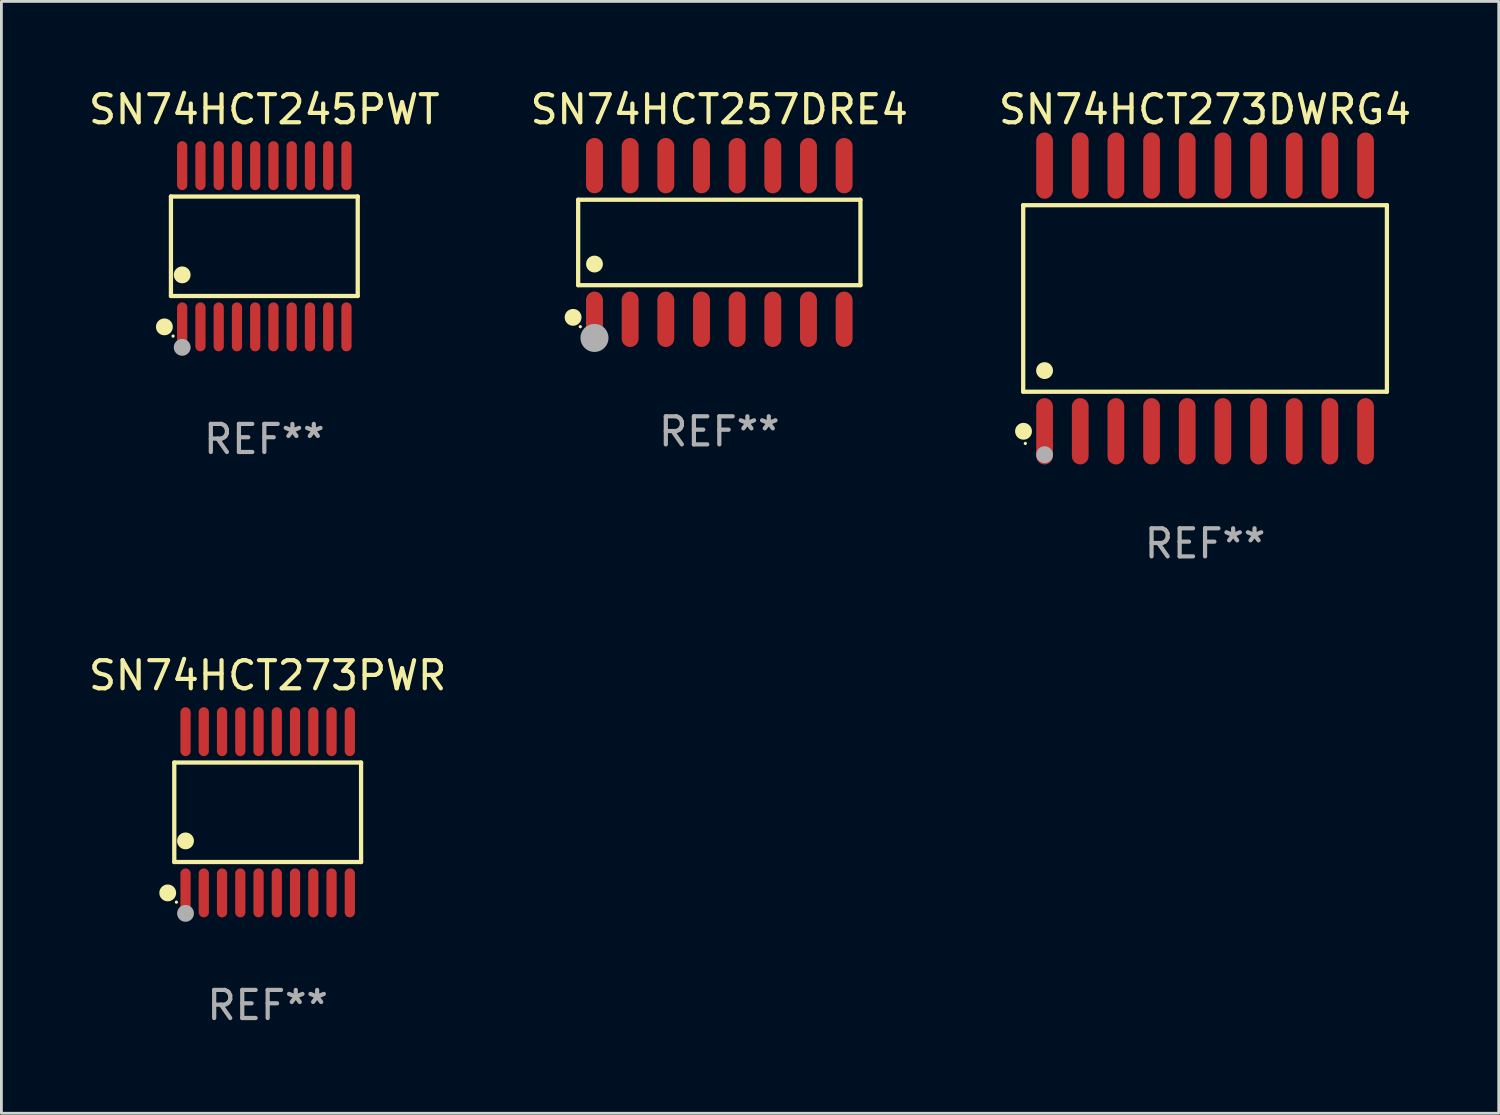
<source format=kicad_pcb>
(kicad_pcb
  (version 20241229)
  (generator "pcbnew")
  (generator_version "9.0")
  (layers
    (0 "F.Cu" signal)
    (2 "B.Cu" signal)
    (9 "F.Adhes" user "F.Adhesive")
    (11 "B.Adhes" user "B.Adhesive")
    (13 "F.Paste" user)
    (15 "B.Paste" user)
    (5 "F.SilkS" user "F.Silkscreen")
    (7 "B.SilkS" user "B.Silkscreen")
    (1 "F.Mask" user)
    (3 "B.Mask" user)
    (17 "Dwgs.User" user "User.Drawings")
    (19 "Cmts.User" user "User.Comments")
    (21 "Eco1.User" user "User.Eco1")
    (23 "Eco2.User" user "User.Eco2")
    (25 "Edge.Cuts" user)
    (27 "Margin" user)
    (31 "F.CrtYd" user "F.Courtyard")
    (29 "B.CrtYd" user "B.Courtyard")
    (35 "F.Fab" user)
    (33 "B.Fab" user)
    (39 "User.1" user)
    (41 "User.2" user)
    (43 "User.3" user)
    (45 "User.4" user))
  (footprint "SN74HCT273PWR"
    (layer "F.Cu")
    (at 6.482 25.876)
    (property "Reference" "SN74HCT273PWR" (at 0 -4.871 0) (layer "F.SilkS") (effects (font (size 1 1) (thickness 0.15))))
    (attr through_hole)
    (fp_line (start -3.326 -1.771) (end 3.326 -1.771) (stroke (width 0.152) (type solid)) (layer "F.SilkS"))
    (fp_line (start -3.326 1.771) (end -3.326 -1.771) (stroke (width 0.152) (type solid)) (layer "F.SilkS"))
    (fp_line (start 3.326 -1.771) (end 3.326 1.771) (stroke (width 0.152) (type solid)) (layer "F.SilkS"))
    (fp_line (start 3.326 1.771) (end -3.326 1.771) (stroke (width 0.152) (type solid)) (layer "F.SilkS"))
    (fp_circle (center -3.559 2.871) (end -3.409 2.871) (stroke (width 0.3) (type solid)) (fill no) (layer "F.SilkS"))
    (fp_circle (center -3.25 3.2) (end -3.22 3.2) (stroke (width 0.06) (type solid)) (fill no) (layer "F.SilkS"))
    (fp_circle (center -2.925 1.019) (end -2.775 1.019) (stroke (width 0.3) (type solid)) (fill no) (layer "F.SilkS"))
    (fp_circle (center -2.925 3.6) (end -2.775 3.6) (stroke (width 0.3) (type solid)) (fill no) (layer "F.Fab"))
    (fp_text user "REF**" (at 0 6.871 0) (layer "F.Fab") (effects (font (size 1 1) (thickness 0.15))))
    (pad "1" smd oval (at -2.925 2.871) (size 0.364 1.742) (layers "F.Cu" "F.Mask" "F.Paste"))
    (pad "2" smd oval (at -2.275 2.871) (size 0.364 1.742) (layers "F.Cu" "F.Mask" "F.Paste"))
    (pad "3" smd oval (at -1.625 2.871) (size 0.364 1.742) (layers "F.Cu" "F.Mask" "F.Paste"))
    (pad "4" smd oval (at -0.975 2.871) (size 0.364 1.742) (layers "F.Cu" "F.Mask" "F.Paste"))
    (pad "5" smd oval (at -0.325 2.871) (size 0.364 1.742) (layers "F.Cu" "F.Mask" "F.Paste"))
    (pad "6" smd oval (at 0.325 2.871) (size 0.364 1.742) (layers "F.Cu" "F.Mask" "F.Paste"))
    (pad "7" smd oval (at 0.975 2.871) (size 0.364 1.742) (layers "F.Cu" "F.Mask" "F.Paste"))
    (pad "8" smd oval (at 1.625 2.871) (size 0.364 1.742) (layers "F.Cu" "F.Mask" "F.Paste"))
    (pad "9" smd oval (at 2.275 2.871) (size 0.364 1.742) (layers "F.Cu" "F.Mask" "F.Paste"))
    (pad "10" smd oval (at 2.925 2.871) (size 0.364 1.742) (layers "F.Cu" "F.Mask" "F.Paste"))
    (pad "11" smd oval (at 2.925 -2.871) (size 0.364 1.742) (layers "F.Cu" "F.Mask" "F.Paste"))
    (pad "12" smd oval (at 2.275 -2.871) (size 0.364 1.742) (layers "F.Cu" "F.Mask" "F.Paste"))
    (pad "13" smd oval (at 1.625 -2.871) (size 0.364 1.742) (layers "F.Cu" "F.Mask" "F.Paste"))
    (pad "14" smd oval (at 0.975 -2.871) (size 0.364 1.742) (layers "F.Cu" "F.Mask" "F.Paste"))
    (pad "15" smd oval (at 0.325 -2.871) (size 0.364 1.742) (layers "F.Cu" "F.Mask" "F.Paste"))
    (pad "16" smd oval (at -0.325 -2.871) (size 0.364 1.742) (layers "F.Cu" "F.Mask" "F.Paste"))
    (pad "17" smd oval (at -0.975 -2.871) (size 0.364 1.742) (layers "F.Cu" "F.Mask" "F.Paste"))
    (pad "18" smd oval (at -1.625 -2.871) (size 0.364 1.742) (layers "F.Cu" "F.Mask" "F.Paste"))
    (pad "19" smd oval (at -2.275 -2.871) (size 0.364 1.742) (layers "F.Cu" "F.Mask" "F.Paste"))
    (pad "20" smd oval (at -2.925 -2.871) (size 0.364 1.742) (layers "F.Cu" "F.Mask" "F.Paste")))
  (footprint "SN74HCT257DRE4"
    (layer "F.Cu")
    (at 22.565 5.584)
    (property "Reference" "SN74HCT257DRE4" (at 0 -4.736 0) (layer "F.SilkS") (effects (font (size 1 1) (thickness 0.15))))
    (attr through_hole)
    (fp_line (start -5.026 -1.521) (end 5.026 -1.521) (stroke (width 0.152) (type solid)) (layer "F.SilkS"))
    (fp_line (start -5.026 1.521) (end -5.026 -1.521) (stroke (width 0.152) (type solid)) (layer "F.SilkS"))
    (fp_line (start 5.026 -1.521) (end 5.026 1.521) (stroke (width 0.152) (type solid)) (layer "F.SilkS"))
    (fp_line (start 5.026 1.521) (end -5.026 1.521) (stroke (width 0.152) (type solid)) (layer "F.SilkS"))
    (fp_circle (center -5.207 2.667) (end -5.057 2.667) (stroke (width 0.3) (type solid)) (fill no) (layer "F.SilkS"))
    (fp_circle (center -4.95 3) (end -4.92 3) (stroke (width 0.06) (type solid)) (fill no) (layer "F.SilkS"))
    (fp_circle (center -4.445 0.769) (end -4.295 0.769) (stroke (width 0.3) (type solid)) (fill no) (layer "F.SilkS"))
    (fp_circle (center -4.445 3.4) (end -4.195 3.4) (stroke (width 0.5) (type solid)) (fill no) (layer "F.Fab"))
    (fp_text user "REF**" (at 0 6.736 0) (layer "F.Fab") (effects (font (size 1 1) (thickness 0.15))))
    (pad "1" smd oval (at -4.445 2.736) (size 0.602 1.971) (layers "F.Cu" "F.Mask" "F.Paste"))
    (pad "2" smd oval (at -3.175 2.736) (size 0.602 1.971) (layers "F.Cu" "F.Mask" "F.Paste"))
    (pad "3" smd oval (at -1.905 2.736) (size 0.602 1.971) (layers "F.Cu" "F.Mask" "F.Paste"))
    (pad "4" smd oval (at -0.635 2.736) (size 0.602 1.971) (layers "F.Cu" "F.Mask" "F.Paste"))
    (pad "5" smd oval (at 0.635 2.736) (size 0.602 1.971) (layers "F.Cu" "F.Mask" "F.Paste"))
    (pad "6" smd oval (at 1.905 2.736) (size 0.602 1.971) (layers "F.Cu" "F.Mask" "F.Paste"))
    (pad "7" smd oval (at 3.175 2.736) (size 0.602 1.971) (layers "F.Cu" "F.Mask" "F.Paste"))
    (pad "8" smd oval (at 4.445 2.736) (size 0.602 1.971) (layers "F.Cu" "F.Mask" "F.Paste"))
    (pad "9" smd oval (at 4.445 -2.736) (size 0.602 1.971) (layers "F.Cu" "F.Mask" "F.Paste"))
    (pad "10" smd oval (at 3.175 -2.736) (size 0.602 1.971) (layers "F.Cu" "F.Mask" "F.Paste"))
    (pad "11" smd oval (at 1.905 -2.736) (size 0.602 1.971) (layers "F.Cu" "F.Mask" "F.Paste"))
    (pad "12" smd oval (at 0.635 -2.736) (size 0.602 1.971) (layers "F.Cu" "F.Mask" "F.Paste"))
    (pad "13" smd oval (at -0.635 -2.736) (size 0.602 1.971) (layers "F.Cu" "F.Mask" "F.Paste"))
    (pad "14" smd oval (at -1.905 -2.736) (size 0.602 1.971) (layers "F.Cu" "F.Mask" "F.Paste"))
    (pad "15" smd oval (at -3.175 -2.736) (size 0.602 1.971) (layers "F.Cu" "F.Mask" "F.Paste"))
    (pad "16" smd oval (at -4.445 -2.736) (size 0.602 1.971) (layers "F.Cu" "F.Mask" "F.Paste")))
  (footprint "SN74HCT245PWT"
    (layer "F.Cu")
    (at 6.363 5.719)
    (property "Reference" "SN74HCT245PWT" (at 0 -4.871 0) (layer "F.SilkS") (effects (font (size 1 1) (thickness 0.15))))
    (attr through_hole)
    (fp_line (start -3.326 -1.771) (end 3.326 -1.771) (stroke (width 0.152) (type solid)) (layer "F.SilkS"))
    (fp_line (start -3.326 1.771) (end -3.326 -1.771) (stroke (width 0.152) (type solid)) (layer "F.SilkS"))
    (fp_line (start 3.326 -1.771) (end 3.326 1.771) (stroke (width 0.152) (type solid)) (layer "F.SilkS"))
    (fp_line (start 3.326 1.771) (end -3.326 1.771) (stroke (width 0.152) (type solid)) (layer "F.SilkS"))
    (fp_circle (center -3.559 2.871) (end -3.409 2.871) (stroke (width 0.3) (type solid)) (fill no) (layer "F.SilkS"))
    (fp_circle (center -3.25 3.2) (end -3.22 3.2) (stroke (width 0.06) (type solid)) (fill no) (layer "F.SilkS"))
    (fp_circle (center -2.925 1.019) (end -2.775 1.019) (stroke (width 0.3) (type solid)) (fill no) (layer "F.SilkS"))
    (fp_circle (center -2.925 3.6) (end -2.775 3.6) (stroke (width 0.3) (type solid)) (fill no) (layer "F.Fab"))
    (fp_text user "REF**" (at 0 6.871 0) (layer "F.Fab") (effects (font (size 1 1) (thickness 0.15))))
    (pad "1" smd oval (at -2.925 2.871) (size 0.364 1.742) (layers "F.Cu" "F.Mask" "F.Paste"))
    (pad "2" smd oval (at -2.275 2.871) (size 0.364 1.742) (layers "F.Cu" "F.Mask" "F.Paste"))
    (pad "3" smd oval (at -1.625 2.871) (size 0.364 1.742) (layers "F.Cu" "F.Mask" "F.Paste"))
    (pad "4" smd oval (at -0.975 2.871) (size 0.364 1.742) (layers "F.Cu" "F.Mask" "F.Paste"))
    (pad "5" smd oval (at -0.325 2.871) (size 0.364 1.742) (layers "F.Cu" "F.Mask" "F.Paste"))
    (pad "6" smd oval (at 0.325 2.871) (size 0.364 1.742) (layers "F.Cu" "F.Mask" "F.Paste"))
    (pad "7" smd oval (at 0.975 2.871) (size 0.364 1.742) (layers "F.Cu" "F.Mask" "F.Paste"))
    (pad "8" smd oval (at 1.625 2.871) (size 0.364 1.742) (layers "F.Cu" "F.Mask" "F.Paste"))
    (pad "9" smd oval (at 2.275 2.871) (size 0.364 1.742) (layers "F.Cu" "F.Mask" "F.Paste"))
    (pad "10" smd oval (at 2.925 2.871) (size 0.364 1.742) (layers "F.Cu" "F.Mask" "F.Paste"))
    (pad "11" smd oval (at 2.925 -2.871) (size 0.364 1.742) (layers "F.Cu" "F.Mask" "F.Paste"))
    (pad "12" smd oval (at 2.275 -2.871) (size 0.364 1.742) (layers "F.Cu" "F.Mask" "F.Paste"))
    (pad "13" smd oval (at 1.625 -2.871) (size 0.364 1.742) (layers "F.Cu" "F.Mask" "F.Paste"))
    (pad "14" smd oval (at 0.975 -2.871) (size 0.364 1.742) (layers "F.Cu" "F.Mask" "F.Paste"))
    (pad "15" smd oval (at 0.325 -2.871) (size 0.364 1.742) (layers "F.Cu" "F.Mask" "F.Paste"))
    (pad "16" smd oval (at -0.325 -2.871) (size 0.364 1.742) (layers "F.Cu" "F.Mask" "F.Paste"))
    (pad "17" smd oval (at -0.975 -2.871) (size 0.364 1.742) (layers "F.Cu" "F.Mask" "F.Paste"))
    (pad "18" smd oval (at -1.625 -2.871) (size 0.364 1.742) (layers "F.Cu" "F.Mask" "F.Paste"))
    (pad "19" smd oval (at -2.275 -2.871) (size 0.364 1.742) (layers "F.Cu" "F.Mask" "F.Paste"))
    (pad "20" smd oval (at -2.925 -2.871) (size 0.364 1.742) (layers "F.Cu" "F.Mask" "F.Paste")))
  (footprint "SN74HCT273DWRG4"
    (layer "F.Cu")
    (at 39.863 7.578)
    (property "Reference" "SN74HCT273DWRG4" (at 0 -6.73 0) (layer "F.SilkS") (effects (font (size 1 1) (thickness 0.15))))
    (attr through_hole)
    (fp_line (start -6.476 -3.321) (end 6.476 -3.321) (stroke (width 0.152) (type solid)) (layer "F.SilkS"))
    (fp_line (start -6.476 3.321) (end -6.476 -3.321) (stroke (width 0.152) (type solid)) (layer "F.SilkS"))
    (fp_line (start 6.476 -3.321) (end 6.476 3.321) (stroke (width 0.152) (type solid)) (layer "F.SilkS"))
    (fp_line (start 6.476 3.321) (end -6.476 3.321) (stroke (width 0.152) (type solid)) (layer "F.SilkS"))
    (fp_circle (center -6.465 4.73) (end -6.315 4.73) (stroke (width 0.3) (type solid)) (fill no) (layer "F.SilkS"))
    (fp_circle (center -6.4 5.163) (end -6.37 5.163) (stroke (width 0.06) (type solid)) (fill no) (layer "F.SilkS"))
    (fp_circle (center -5.715 2.569) (end -5.565 2.569) (stroke (width 0.3) (type solid)) (fill no) (layer "F.SilkS"))
    (fp_circle (center -5.715 5.563) (end -5.565 5.563) (stroke (width 0.3) (type solid)) (fill no) (layer "F.Fab"))
    (fp_text user "REF**" (at 0 8.73 0) (layer "F.Fab") (effects (font (size 1 1) (thickness 0.15))))
    (pad "1" smd oval (at -5.715 4.73) (size 0.595 2.36) (layers "F.Cu" "F.Mask" "F.Paste"))
    (pad "2" smd oval (at -4.445 4.73) (size 0.595 2.36) (layers "F.Cu" "F.Mask" "F.Paste"))
    (pad "3" smd oval (at -3.175 4.73) (size 0.595 2.36) (layers "F.Cu" "F.Mask" "F.Paste"))
    (pad "4" smd oval (at -1.905 4.73) (size 0.595 2.36) (layers "F.Cu" "F.Mask" "F.Paste"))
    (pad "5" smd oval (at -0.635 4.73) (size 0.595 2.36) (layers "F.Cu" "F.Mask" "F.Paste"))
    (pad "6" smd oval (at 0.635 4.73) (size 0.595 2.36) (layers "F.Cu" "F.Mask" "F.Paste"))
    (pad "7" smd oval (at 1.905 4.73) (size 0.595 2.36) (layers "F.Cu" "F.Mask" "F.Paste"))
    (pad "8" smd oval (at 3.175 4.73) (size 0.595 2.36) (layers "F.Cu" "F.Mask" "F.Paste"))
    (pad "9" smd oval (at 4.445 4.73) (size 0.595 2.36) (layers "F.Cu" "F.Mask" "F.Paste"))
    (pad "10" smd oval (at 5.715 4.73) (size 0.595 2.36) (layers "F.Cu" "F.Mask" "F.Paste"))
    (pad "11" smd oval (at 5.715 -4.73) (size 0.595 2.36) (layers "F.Cu" "F.Mask" "F.Paste"))
    (pad "12" smd oval (at 4.445 -4.73) (size 0.595 2.36) (layers "F.Cu" "F.Mask" "F.Paste"))
    (pad "13" smd oval (at 3.175 -4.73) (size 0.595 2.36) (layers "F.Cu" "F.Mask" "F.Paste"))
    (pad "14" smd oval (at 1.905 -4.73) (size 0.595 2.36) (layers "F.Cu" "F.Mask" "F.Paste"))
    (pad "15" smd oval (at 0.635 -4.73) (size 0.595 2.36) (layers "F.Cu" "F.Mask" "F.Paste"))
    (pad "16" smd oval (at -0.635 -4.73) (size 0.595 2.36) (layers "F.Cu" "F.Mask" "F.Paste"))
    (pad "17" smd oval (at -1.905 -4.73) (size 0.595 2.36) (layers "F.Cu" "F.Mask" "F.Paste"))
    (pad "18" smd oval (at -3.175 -4.73) (size 0.595 2.36) (layers "F.Cu" "F.Mask" "F.Paste"))
    (pad "19" smd oval (at -4.445 -4.73) (size 0.595 2.36) (layers "F.Cu" "F.Mask" "F.Paste"))
    (pad "20" smd oval (at -5.715 -4.73) (size 0.595 2.36) (layers "F.Cu" "F.Mask" "F.Paste")))
  (gr_rect
    (start -3 -3)
    (end 50.321 36.595)
    (stroke (width 0.1) (type default))
    (fill no)
    (layer "Edge.Cuts")))
</source>
